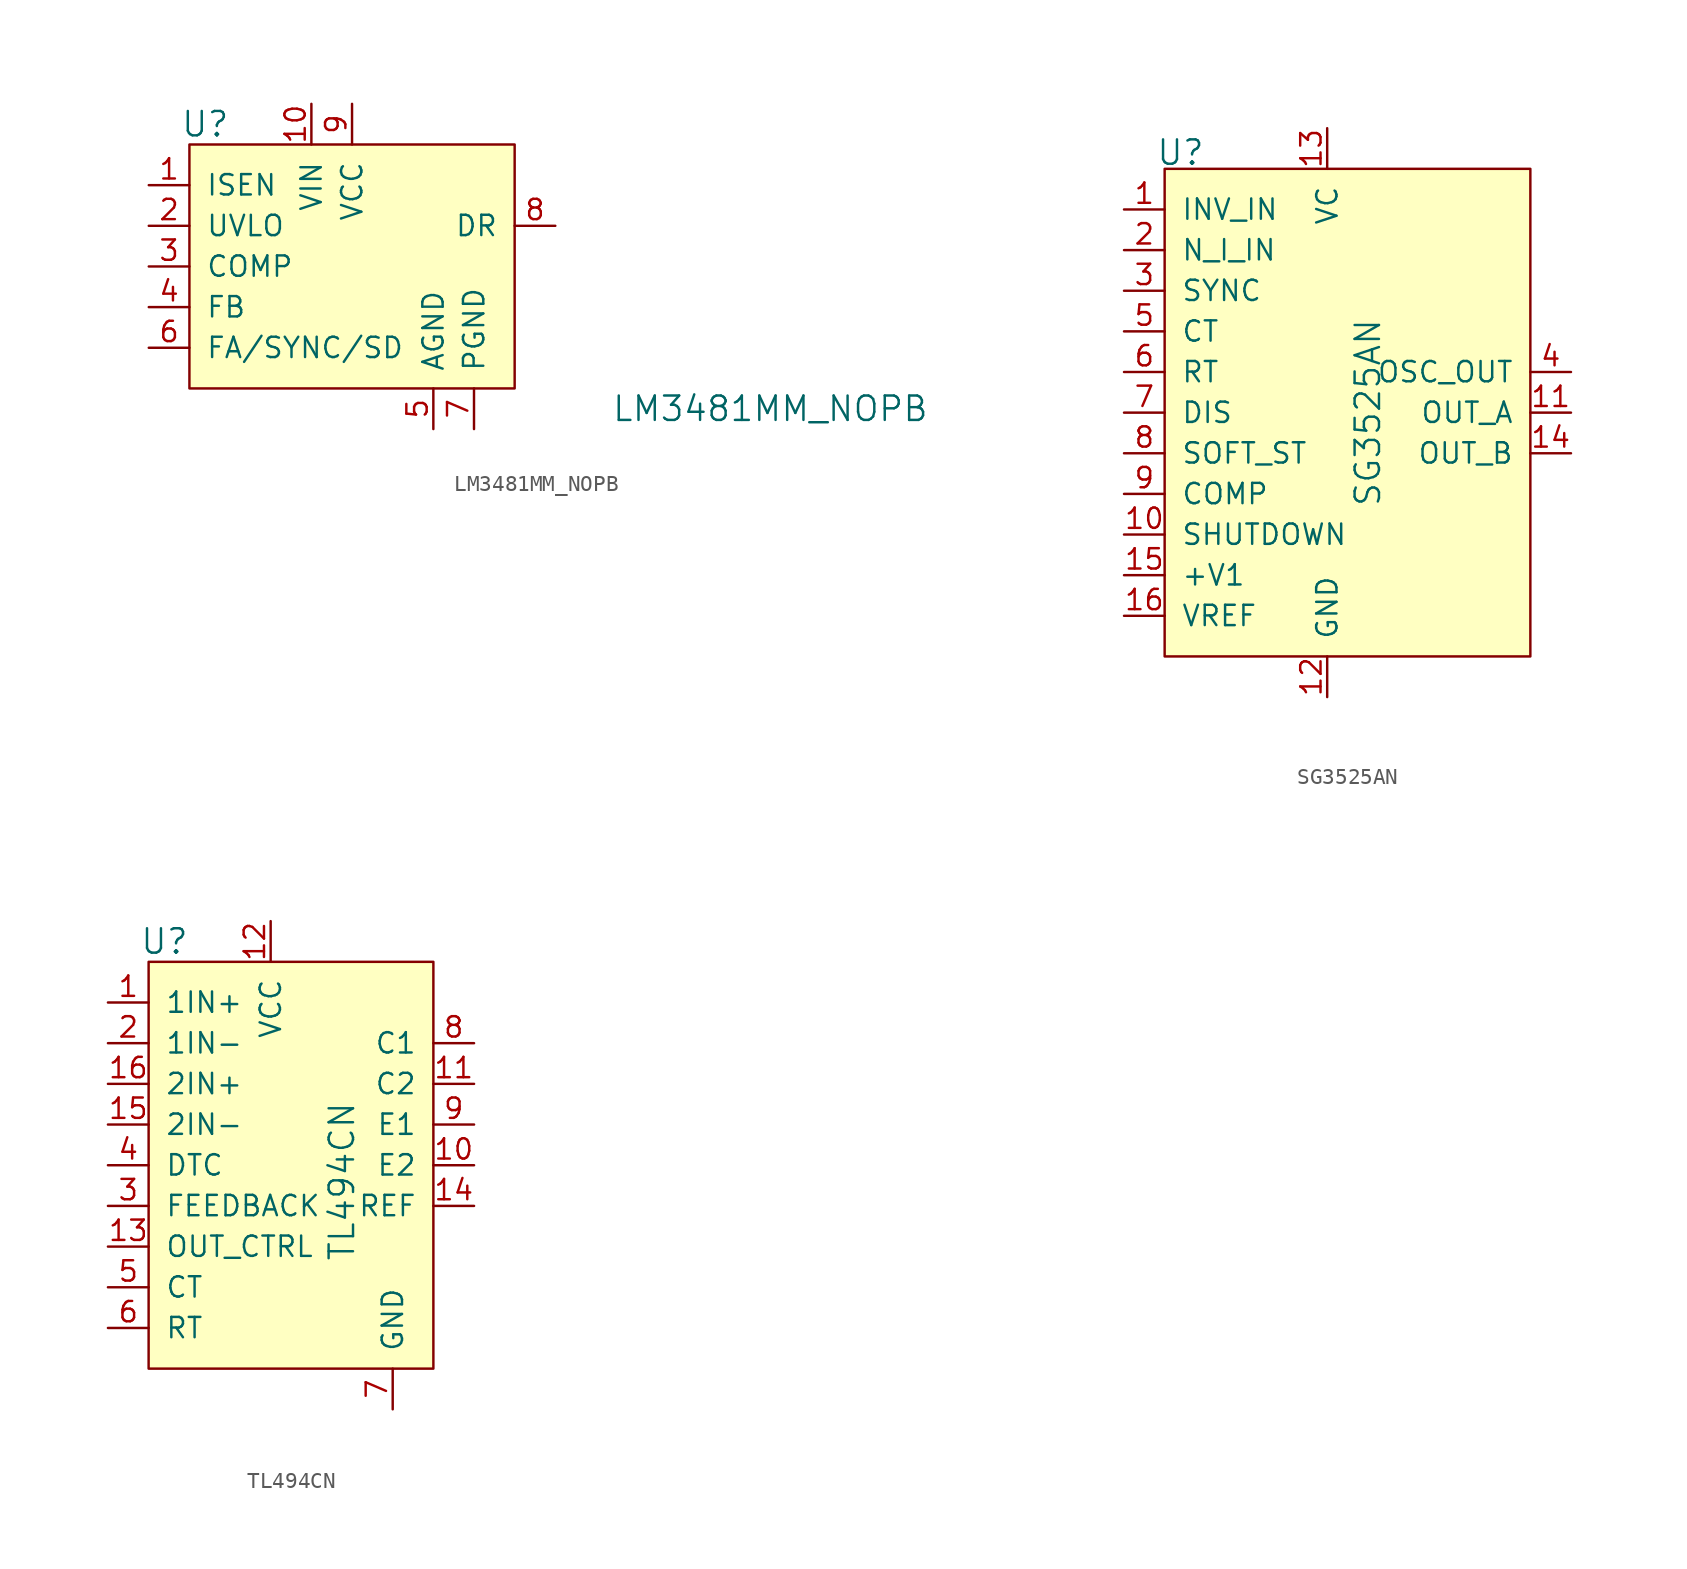
<source format=kicad_sym>
(kicad_symbol_lib
  (version 20220914)
  (generator kicad_symbol_editor)
  (symbol "LM3481MM_NOPB"
    (pin_names
      (offset 1.016))
    (property "Reference" "U"
      (at -5.08 3.81 0)
      (effects (font (size 1.524 1.524)) (justify right)))
    (property "Value" "LM3481MM_NOPB"
      (at 38.608 -13.97 0)
      (effects (font (size 1.524 1.524)) (justify right)))
    (symbol "LM3481MM_NOPB_0_1"
      (rectangle (start -7.62 2.54) (end 12.7 -12.7) (stroke (width 0) (type solid)) (fill (type background))))
    (symbol "LM3481MM_NOPB_1_1"
      (pin input line (at -10.16 0 0) (length 2.54) (name "ISEN" (effects (font (size 1.27 1.27)))) (number "1" (effects (font (size 1.27 1.27)))))
      (pin power_in line (at 0 5.08 270) (length 2.54) (name "VIN" (effects (font (size 1.27 1.27)))) (number "10" (effects (font (size 1.27 1.27)))))
      (pin input line (at -10.16 -2.54 0) (length 2.54) (name "UVLO" (effects (font (size 1.27 1.27)))) (number "2" (effects (font (size 1.27 1.27)))))
      (pin passive line (at -10.16 -5.08 0) (length 2.54) (name "COMP" (effects (font (size 1.27 1.27)))) (number "3" (effects (font (size 1.27 1.27)))))
      (pin input line (at -10.16 -7.62 0) (length 2.54) (name "FB" (effects (font (size 1.27 1.27)))) (number "4" (effects (font (size 1.27 1.27)))))
      (pin power_in line (at 7.62 -15.24 90) (length 2.54) (name "AGND" (effects (font (size 1.27 1.27)))) (number "5" (effects (font (size 1.27 1.27)))))
      (pin passive line (at -10.16 -10.16 0) (length 2.54) (name "FA/SYNC/SD" (effects (font (size 1.27 1.27)))) (number "6" (effects (font (size 1.27 1.27)))))
      (pin power_in line (at 10.16 -15.24 90) (length 2.54) (name "PGND" (effects (font (size 1.27 1.27)))) (number "7" (effects (font (size 1.27 1.27)))))
      (pin output line (at 15.24 -2.54 180) (length 2.54) (name "DR" (effects (font (size 1.27 1.27)))) (number "8" (effects (font (size 1.27 1.27)))))
      (pin power_in line (at 2.54 5.08 270) (length 2.54) (name "VCC" (effects (font (size 1.27 1.27)))) (number "9" (effects (font (size 1.27 1.27)))))))
  (symbol "SG3525AN"
    (pin_names
      (offset 1.016))
    (property "Reference" "U"
      (at -7.62 6.096 0)
      (effects (font (size 1.524 1.524)) (justify right)))
    (property "Value" "SG3525AN"
      (at 2.54 -10.16 90)
      (effects (font (size 1.524 1.524))))
    (symbol "SG3525AN_0_1"
      (rectangle (start -10.16 5.08) (end 12.7 -25.4) (stroke (width 0) (type solid)) (fill (type background))))
    (symbol "SG3525AN_1_1"
      (pin input line (at -12.7 2.54 0) (length 2.54) (name "INV_IN" (effects (font (size 1.27 1.27)))) (number "1" (effects (font (size 1.27 1.27)))))
      (pin input line (at -12.7 -17.78 0) (length 2.54) (name "SHUTDOWN" (effects (font (size 1.27 1.27)))) (number "10" (effects (font (size 1.27 1.27)))))
      (pin output line (at 15.24 -10.16 180) (length 2.54) (name "OUT_A" (effects (font (size 1.27 1.27)))) (number "11" (effects (font (size 1.27 1.27)))))
      (pin power_in line (at 0 -27.94 90) (length 2.54) (name "GND" (effects (font (size 1.27 1.27)))) (number "12" (effects (font (size 1.27 1.27)))))
      (pin power_in line (at 0 7.62 270) (length 2.54) (name "VC" (effects (font (size 1.27 1.27)))) (number "13" (effects (font (size 1.27 1.27)))))
      (pin output line (at 15.24 -12.7 180) (length 2.54) (name "OUT_B" (effects (font (size 1.27 1.27)))) (number "14" (effects (font (size 1.27 1.27)))))
      (pin input line (at -12.7 -20.32 0) (length 2.54) (name "+V1" (effects (font (size 1.27 1.27)))) (number "15" (effects (font (size 1.27 1.27)))))
      (pin input line (at -12.7 -22.86 0) (length 2.54) (name "VREF" (effects (font (size 1.27 1.27)))) (number "16" (effects (font (size 1.27 1.27)))))
      (pin input line (at -12.7 0 0) (length 2.54) (name "N_I_IN" (effects (font (size 1.27 1.27)))) (number "2" (effects (font (size 1.27 1.27)))))
      (pin input line (at -12.7 -2.54 0) (length 2.54) (name "SYNC" (effects (font (size 1.27 1.27)))) (number "3" (effects (font (size 1.27 1.27)))))
      (pin output line (at 15.24 -7.62 180) (length 2.54) (name "OSC_OUT" (effects (font (size 1.27 1.27)))) (number "4" (effects (font (size 1.27 1.27)))))
      (pin input line (at -12.7 -5.08 0) (length 2.54) (name "CT" (effects (font (size 1.27 1.27)))) (number "5" (effects (font (size 1.27 1.27)))))
      (pin input line (at -12.7 -7.62 0) (length 2.54) (name "RT" (effects (font (size 1.27 1.27)))) (number "6" (effects (font (size 1.27 1.27)))))
      (pin input line (at -12.7 -10.16 0) (length 2.54) (name "DIS" (effects (font (size 1.27 1.27)))) (number "7" (effects (font (size 1.27 1.27)))))
      (pin input line (at -12.7 -12.7 0) (length 2.54) (name "SOFT_ST" (effects (font (size 1.27 1.27)))) (number "8" (effects (font (size 1.27 1.27)))))
      (pin input line (at -12.7 -15.24 0) (length 2.54) (name "COMP" (effects (font (size 1.27 1.27)))) (number "9" (effects (font (size 1.27 1.27)))))))
  (symbol "TL494CN"
    (pin_names
      (offset 1.016))
    (property "Reference" "U"
      (at -5.08 8.89 0)
      (effects (font (size 1.524 1.524)) (justify right)))
    (property "Value" "TL494CN"
      (at 4.445 -6.096 90)
      (effects (font (size 1.524 1.524))))
    (symbol "TL494CN_0_1"
      (rectangle (start -7.62 7.62) (end 10.16 -17.78) (stroke (width 0) (type solid)) (fill (type background))))
    (symbol "TL494CN_1_1"
      (pin input line (at -10.16 5.08 0) (length 2.54) (name "1IN+" (effects (font (size 1.27 1.27)))) (number "1" (effects (font (size 1.27 1.27)))))
      (pin output line (at 12.7 -5.08 180) (length 2.54) (name "E2" (effects (font (size 1.27 1.27)))) (number "10" (effects (font (size 1.27 1.27)))))
      (pin output line (at 12.7 0 180) (length 2.54) (name "C2" (effects (font (size 1.27 1.27)))) (number "11" (effects (font (size 1.27 1.27)))))
      (pin power_in line (at 0 10.16 270) (length 2.54) (name "VCC" (effects (font (size 1.27 1.27)))) (number "12" (effects (font (size 1.27 1.27)))))
      (pin input line (at -10.16 -10.16 0) (length 2.54) (name "OUT_CTRL" (effects (font (size 1.27 1.27)))) (number "13" (effects (font (size 1.27 1.27)))))
      (pin output line (at 12.7 -7.62 180) (length 2.54) (name "REF" (effects (font (size 1.27 1.27)))) (number "14" (effects (font (size 1.27 1.27)))))
      (pin input line (at -10.16 -2.54 0) (length 2.54) (name "2IN-" (effects (font (size 1.27 1.27)))) (number "15" (effects (font (size 1.27 1.27)))))
      (pin input line (at -10.16 0 0) (length 2.54) (name "2IN+" (effects (font (size 1.27 1.27)))) (number "16" (effects (font (size 1.27 1.27)))))
      (pin input line (at -10.16 2.54 0) (length 2.54) (name "1IN-" (effects (font (size 1.27 1.27)))) (number "2" (effects (font (size 1.27 1.27)))))
      (pin input line (at -10.16 -7.62 0) (length 2.54) (name "FEEDBACK" (effects (font (size 1.27 1.27)))) (number "3" (effects (font (size 1.27 1.27)))))
      (pin input line (at -10.16 -5.08 0) (length 2.54) (name "DTC" (effects (font (size 1.27 1.27)))) (number "4" (effects (font (size 1.27 1.27)))))
      (pin passive line (at -10.16 -12.7 0) (length 2.54) (name "CT" (effects (font (size 1.27 1.27)))) (number "5" (effects (font (size 1.27 1.27)))))
      (pin passive line (at -10.16 -15.24 0) (length 2.54) (name "RT" (effects (font (size 1.27 1.27)))) (number "6" (effects (font (size 1.27 1.27)))))
      (pin power_in line (at 7.62 -20.32 90) (length 2.54) (name "GND" (effects (font (size 1.27 1.27)))) (number "7" (effects (font (size 1.27 1.27)))))
      (pin output line (at 12.7 2.54 180) (length 2.54) (name "C1" (effects (font (size 1.27 1.27)))) (number "8" (effects (font (size 1.27 1.27)))))
      (pin output line (at 12.7 -2.54 180) (length 2.54) (name "E1" (effects (font (size 1.27 1.27)))) (number "9" (effects (font (size 1.27 1.27))))))))
</source>
